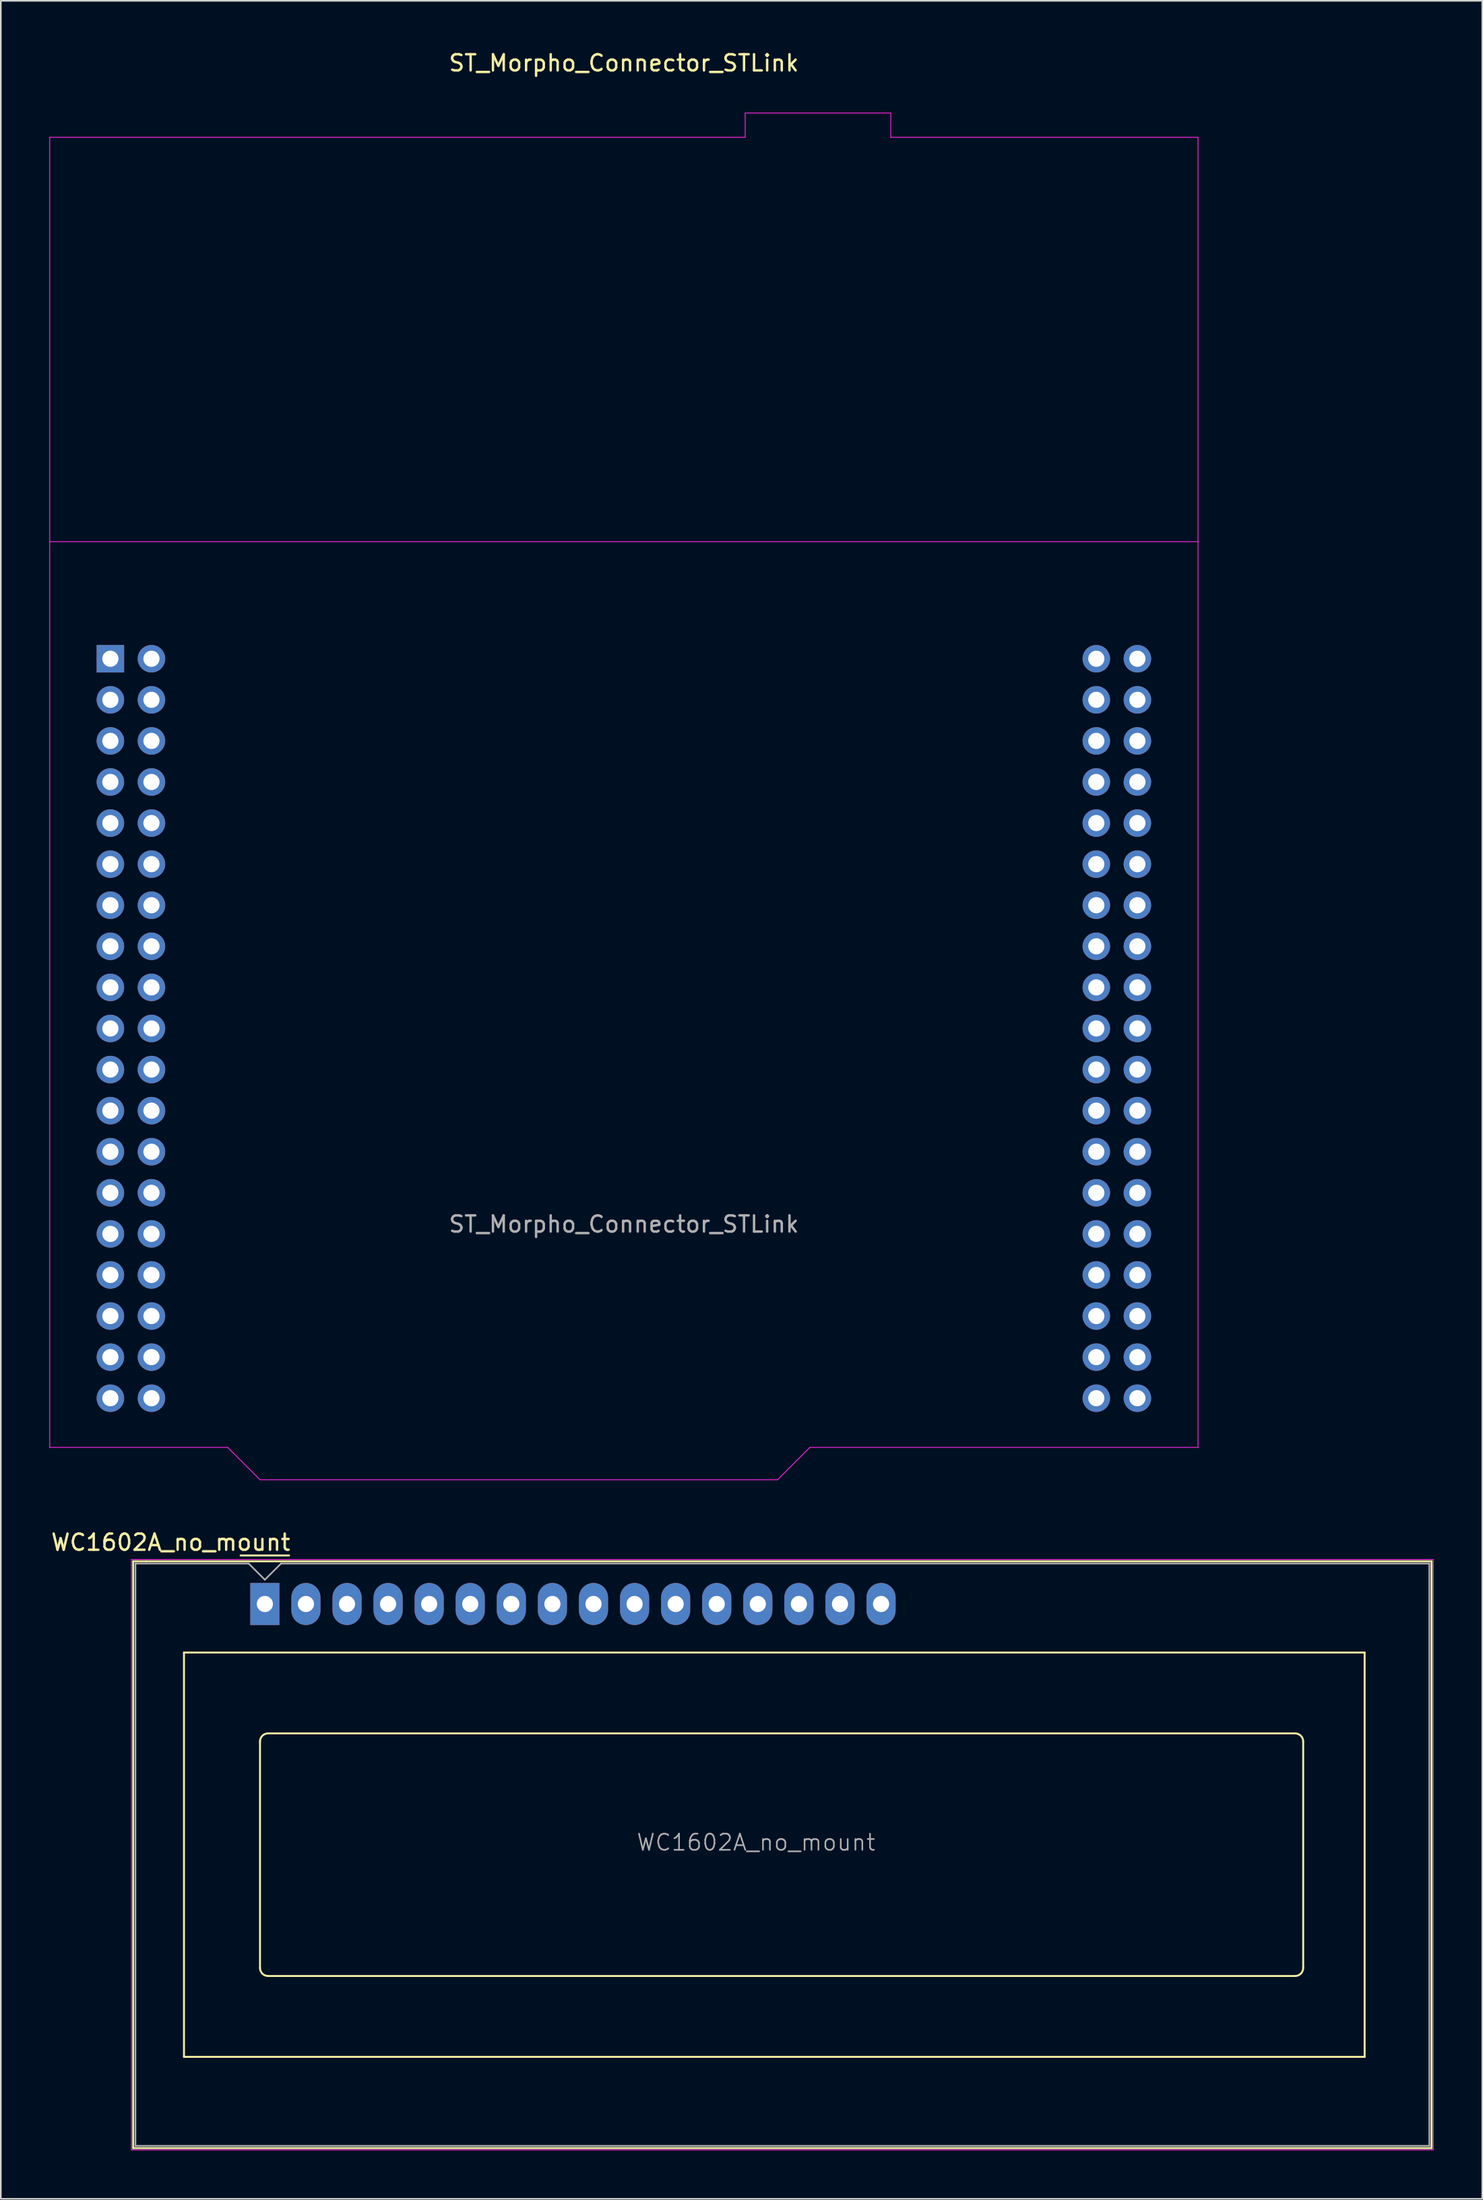
<source format=kicad_pcb>
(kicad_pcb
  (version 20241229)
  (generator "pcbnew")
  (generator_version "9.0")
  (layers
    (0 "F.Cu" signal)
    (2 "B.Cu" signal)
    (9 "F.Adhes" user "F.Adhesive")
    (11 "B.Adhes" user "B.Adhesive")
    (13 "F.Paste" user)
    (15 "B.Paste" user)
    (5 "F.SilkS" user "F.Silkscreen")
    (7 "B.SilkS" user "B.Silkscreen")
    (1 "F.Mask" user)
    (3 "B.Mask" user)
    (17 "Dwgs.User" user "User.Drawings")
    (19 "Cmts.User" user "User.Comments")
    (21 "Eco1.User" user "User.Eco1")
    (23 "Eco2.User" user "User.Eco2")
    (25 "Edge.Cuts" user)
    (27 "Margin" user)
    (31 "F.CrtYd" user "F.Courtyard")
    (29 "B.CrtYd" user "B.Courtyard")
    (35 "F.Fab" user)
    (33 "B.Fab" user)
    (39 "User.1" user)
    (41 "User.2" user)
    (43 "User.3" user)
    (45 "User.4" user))
  (footprint "ST_Morpho_Connector_STLink"
    (layer "F.Cu")
    (at 3.775 37.678)
    (property "Reference" "ST_Morpho_Connector_STLink" (at 31.75 -36.83 0) (layer "F.SilkS") (effects (font (size 1 1) (thickness 0.15))))
    (attr through_hole)
    (fp_line (start -3.75 -32.24) (end -3.75 48.76) (stroke (width 0.05) (type solid)) (layer "F.CrtYd"))
    (fp_line (start -3.75 -7.24) (end 67.25 -7.24) (stroke (width 0.05) (type solid)) (layer "F.CrtYd"))
    (fp_line (start 7.25 48.76) (end -3.75 48.76) (stroke (width 0.05) (type solid)) (layer "F.CrtYd"))
    (fp_line (start 7.25 48.76) (end 9.25 50.76) (stroke (width 0.05) (type solid)) (layer "F.CrtYd"))
    (fp_line (start 9.25 50.76) (end 41.25 50.76) (stroke (width 0.05) (type solid)) (layer "F.CrtYd"))
    (fp_line (start 39.25 -33.74) (end 48.25 -33.74) (stroke (width 0.05) (type solid)) (layer "F.CrtYd"))
    (fp_line (start 39.25 -32.24) (end -3.75 -32.24) (stroke (width 0.05) (type solid)) (layer "F.CrtYd"))
    (fp_line (start 39.25 -32.24) (end 39.25 -33.74) (stroke (width 0.05) (type solid)) (layer "F.CrtYd"))
    (fp_line (start 41.25 50.76) (end 43.25 48.76) (stroke (width 0.05) (type solid)) (layer "F.CrtYd"))
    (fp_line (start 48.25 -32.24) (end 48.25 -33.74) (stroke (width 0.05) (type solid)) (layer "F.CrtYd"))
    (fp_line (start 48.25 -32.24) (end 67.25 -32.24) (stroke (width 0.05) (type solid)) (layer "F.CrtYd"))
    (fp_line (start 67.25 48.76) (end 43.25 48.76) (stroke (width 0.05) (type solid)) (layer "F.CrtYd"))
    (fp_line (start 67.25 48.76) (end 67.25 -32.24) (stroke (width 0.05) (type solid)) (layer "F.CrtYd"))
    (fp_text user "${REFERENCE}" (at 31.75 34.96 0) (layer "F.Fab") (effects (font (size 1 1) (thickness 0.15))))
    (pad "1" thru_hole rect (at 0 0) (size 1.7 1.7) (drill 1) (layers "*.Cu" "*.Mask"))
    (pad "2" thru_hole circle (at 2.54 0) (size 1.7 1.7) (drill 1) (layers "*.Cu" "*.Mask"))
    (pad "3" thru_hole circle (at 0 2.54) (size 1.7 1.7) (drill 1) (layers "*.Cu" "*.Mask"))
    (pad "4" thru_hole circle (at 2.54 2.54) (size 1.7 1.7) (drill 1) (layers "*.Cu" "*.Mask"))
    (pad "5" thru_hole circle (at 0 5.08) (size 1.7 1.7) (drill 1) (layers "*.Cu" "*.Mask"))
    (pad "6" thru_hole circle (at 2.54 5.08) (size 1.7 1.7) (drill 1) (layers "*.Cu" "*.Mask"))
    (pad "7" thru_hole circle (at 0 7.62) (size 1.7 1.7) (drill 1) (layers "*.Cu" "*.Mask"))
    (pad "8" thru_hole circle (at 2.54 7.62) (size 1.7 1.7) (drill 1) (layers "*.Cu" "*.Mask"))
    (pad "9" thru_hole circle (at 0 10.16) (size 1.7 1.7) (drill 1) (layers "*.Cu" "*.Mask"))
    (pad "10" thru_hole circle (at 2.54 10.16) (size 1.7 1.7) (drill 1) (layers "*.Cu" "*.Mask"))
    (pad "11" thru_hole circle (at 0 12.7) (size 1.7 1.7) (drill 1) (layers "*.Cu" "*.Mask"))
    (pad "12" thru_hole circle (at 2.54 12.7) (size 1.7 1.7) (drill 1) (layers "*.Cu" "*.Mask"))
    (pad "13" thru_hole circle (at 0 15.24) (size 1.7 1.7) (drill 1) (layers "*.Cu" "*.Mask"))
    (pad "14" thru_hole circle (at 2.54 15.24) (size 1.7 1.7) (drill 1) (layers "*.Cu" "*.Mask"))
    (pad "15" thru_hole circle (at 0 17.78) (size 1.7 1.7) (drill 1) (layers "*.Cu" "*.Mask"))
    (pad "16" thru_hole circle (at 2.54 17.78) (size 1.7 1.7) (drill 1) (layers "*.Cu" "*.Mask"))
    (pad "17" thru_hole circle (at 0 20.32) (size 1.7 1.7) (drill 1) (layers "*.Cu" "*.Mask"))
    (pad "18" thru_hole circle (at 2.54 20.32) (size 1.7 1.7) (drill 1) (layers "*.Cu" "*.Mask"))
    (pad "19" thru_hole circle (at 0 22.86) (size 1.7 1.7) (drill 1) (layers "*.Cu" "*.Mask"))
    (pad "20" thru_hole circle (at 2.54 22.86) (size 1.7 1.7) (drill 1) (layers "*.Cu" "*.Mask"))
    (pad "21" thru_hole circle (at 0 25.4) (size 1.7 1.7) (drill 1) (layers "*.Cu" "*.Mask"))
    (pad "22" thru_hole circle (at 2.54 25.4) (size 1.7 1.7) (drill 1) (layers "*.Cu" "*.Mask"))
    (pad "23" thru_hole circle (at 0 27.94) (size 1.7 1.7) (drill 1) (layers "*.Cu" "*.Mask"))
    (pad "24" thru_hole circle (at 2.54 27.94) (size 1.7 1.7) (drill 1) (layers "*.Cu" "*.Mask"))
    (pad "25" thru_hole circle (at 0 30.48) (size 1.7 1.7) (drill 1) (layers "*.Cu" "*.Mask"))
    (pad "26" thru_hole circle (at 2.54 30.48) (size 1.7 1.7) (drill 1) (layers "*.Cu" "*.Mask"))
    (pad "27" thru_hole circle (at 0 33.02) (size 1.7 1.7) (drill 1) (layers "*.Cu" "*.Mask"))
    (pad "28" thru_hole circle (at 2.54 33.02) (size 1.7 1.7) (drill 1) (layers "*.Cu" "*.Mask"))
    (pad "29" thru_hole circle (at 0 35.56) (size 1.7 1.7) (drill 1) (layers "*.Cu" "*.Mask"))
    (pad "30" thru_hole circle (at 2.54 35.56) (size 1.7 1.7) (drill 1) (layers "*.Cu" "*.Mask"))
    (pad "31" thru_hole circle (at 0 38.1) (size 1.7 1.7) (drill 1) (layers "*.Cu" "*.Mask"))
    (pad "32" thru_hole circle (at 2.54 38.1) (size 1.7 1.7) (drill 1) (layers "*.Cu" "*.Mask"))
    (pad "33" thru_hole circle (at 0 40.64) (size 1.7 1.7) (drill 1) (layers "*.Cu" "*.Mask"))
    (pad "34" thru_hole circle (at 2.54 40.64) (size 1.7 1.7) (drill 1) (layers "*.Cu" "*.Mask"))
    (pad "35" thru_hole circle (at 0 43.18) (size 1.7 1.7) (drill 1) (layers "*.Cu" "*.Mask"))
    (pad "36" thru_hole circle (at 2.54 43.18) (size 1.7 1.7) (drill 1) (layers "*.Cu" "*.Mask"))
    (pad "37" thru_hole circle (at 0 45.72) (size 1.7 1.7) (drill 1) (layers "*.Cu" "*.Mask"))
    (pad "38" thru_hole circle (at 2.54 45.72) (size 1.7 1.7) (drill 1) (layers "*.Cu" "*.Mask"))
    (pad "39" thru_hole circle (at 60.96 0) (size 1.7 1.7) (drill 1) (layers "*.Cu" "*.Mask"))
    (pad "40" thru_hole circle (at 63.5 0) (size 1.7 1.7) (drill 1) (layers "*.Cu" "*.Mask"))
    (pad "41" thru_hole circle (at 60.96 2.54) (size 1.7 1.7) (drill 1) (layers "*.Cu" "*.Mask"))
    (pad "42" thru_hole circle (at 63.5 2.54) (size 1.7 1.7) (drill 1) (layers "*.Cu" "*.Mask"))
    (pad "43" thru_hole circle (at 60.96 5.08) (size 1.7 1.7) (drill 1) (layers "*.Cu" "*.Mask"))
    (pad "44" thru_hole circle (at 63.5 5.08) (size 1.7 1.7) (drill 1) (layers "*.Cu" "*.Mask"))
    (pad "45" thru_hole circle (at 60.96 7.62) (size 1.7 1.7) (drill 1) (layers "*.Cu" "*.Mask"))
    (pad "46" thru_hole circle (at 63.5 7.62) (size 1.7 1.7) (drill 1) (layers "*.Cu" "*.Mask"))
    (pad "47" thru_hole circle (at 60.96 10.16) (size 1.7 1.7) (drill 1) (layers "*.Cu" "*.Mask"))
    (pad "48" thru_hole circle (at 63.5 10.16) (size 1.7 1.7) (drill 1) (layers "*.Cu" "*.Mask"))
    (pad "49" thru_hole circle (at 60.96 12.7) (size 1.7 1.7) (drill 1) (layers "*.Cu" "*.Mask"))
    (pad "50" thru_hole circle (at 63.5 12.7) (size 1.7 1.7) (drill 1) (layers "*.Cu" "*.Mask"))
    (pad "51" thru_hole circle (at 60.96 15.24) (size 1.7 1.7) (drill 1) (layers "*.Cu" "*.Mask"))
    (pad "52" thru_hole circle (at 63.5 15.24) (size 1.7 1.7) (drill 1) (layers "*.Cu" "*.Mask"))
    (pad "53" thru_hole circle (at 60.96 17.78) (size 1.7 1.7) (drill 1) (layers "*.Cu" "*.Mask"))
    (pad "54" thru_hole circle (at 63.5 17.78) (size 1.7 1.7) (drill 1) (layers "*.Cu" "*.Mask"))
    (pad "55" thru_hole circle (at 60.96 20.32) (size 1.7 1.7) (drill 1) (layers "*.Cu" "*.Mask"))
    (pad "56" thru_hole circle (at 63.5 20.32) (size 1.7 1.7) (drill 1) (layers "*.Cu" "*.Mask"))
    (pad "57" thru_hole circle (at 60.96 22.86) (size 1.7 1.7) (drill 1) (layers "*.Cu" "*.Mask"))
    (pad "58" thru_hole circle (at 63.5 22.86) (size 1.7 1.7) (drill 1) (layers "*.Cu" "*.Mask"))
    (pad "59" thru_hole circle (at 60.96 25.4) (size 1.7 1.7) (drill 1) (layers "*.Cu" "*.Mask"))
    (pad "60" thru_hole circle (at 63.5 25.4) (size 1.7 1.7) (drill 1) (layers "*.Cu" "*.Mask"))
    (pad "61" thru_hole circle (at 60.96 27.94) (size 1.7 1.7) (drill 1) (layers "*.Cu" "*.Mask"))
    (pad "62" thru_hole circle (at 63.5 27.94) (size 1.7 1.7) (drill 1) (layers "*.Cu" "*.Mask"))
    (pad "63" thru_hole circle (at 60.96 30.48) (size 1.7 1.7) (drill 1) (layers "*.Cu" "*.Mask"))
    (pad "64" thru_hole circle (at 63.5 30.48) (size 1.7 1.7) (drill 1) (layers "*.Cu" "*.Mask"))
    (pad "65" thru_hole circle (at 60.96 33.02) (size 1.7 1.7) (drill 1) (layers "*.Cu" "*.Mask"))
    (pad "66" thru_hole circle (at 63.5 33.02) (size 1.7 1.7) (drill 1) (layers "*.Cu" "*.Mask"))
    (pad "67" thru_hole circle (at 60.96 35.56) (size 1.7 1.7) (drill 1) (layers "*.Cu" "*.Mask"))
    (pad "68" thru_hole circle (at 63.5 35.56) (size 1.7 1.7) (drill 1) (layers "*.Cu" "*.Mask"))
    (pad "69" thru_hole circle (at 60.96 38.1) (size 1.7 1.7) (drill 1) (layers "*.Cu" "*.Mask"))
    (pad "70" thru_hole circle (at 63.5 38.1) (size 1.7 1.7) (drill 1) (layers "*.Cu" "*.Mask"))
    (pad "71" thru_hole circle (at 60.96 40.64) (size 1.7 1.7) (drill 1) (layers "*.Cu" "*.Mask"))
    (pad "72" thru_hole circle (at 63.5 40.64) (size 1.7 1.7) (drill 1) (layers "*.Cu" "*.Mask"))
    (pad "73" thru_hole circle (at 60.96 43.18) (size 1.7 1.7) (drill 1) (layers "*.Cu" "*.Mask"))
    (pad "74" thru_hole circle (at 63.5 43.18) (size 1.7 1.7) (drill 1) (layers "*.Cu" "*.Mask"))
    (pad "75" thru_hole circle (at 60.96 45.72) (size 1.7 1.7) (drill 1) (layers "*.Cu" "*.Mask"))
    (pad "76" thru_hole circle (at 63.5 45.72) (size 1.7 1.7) (drill 1) (layers "*.Cu" "*.Mask")))
  (footprint "WC1602A_no_mount"
    (layer "F.Cu")
    (at 13.326 96.121)
    (property "Reference" "WC1602A_no_mount" (at -5.82 -3.81 0) (layer "F.SilkS") (effects (font (size 1 1) (thickness 0.15))))
    (attr through_hole)
    (fp_line (start -8.14 -2.64) (end -8.14 33.64) (stroke (width 0.12) (type solid)) (layer "F.SilkS"))
    (fp_line (start -8.14 33.64) (end 72.14 33.64) (stroke (width 0.12) (type solid)) (layer "F.SilkS"))
    (fp_line (start -8.13 -2.64) (end -7.34 -2.64) (stroke (width 0.12) (type solid)) (layer "F.SilkS"))
    (fp_line (start -5 3) (end 68 3) (stroke (width 0.12) (type solid)) (layer "F.SilkS"))
    (fp_line (start -5 28) (end -5 3) (stroke (width 0.12) (type solid)) (layer "F.SilkS"))
    (fp_line (start -1.5 -3) (end 1.5 -3) (stroke (width 0.12) (type solid)) (layer "F.SilkS"))
    (fp_line (start -0.3 22.499) (end -0.3 8.5) (stroke (width 0.12) (type solid)) (layer "F.SilkS"))
    (fp_line (start 0.2 8) (end 63.7 8) (stroke (width 0.12) (type solid)) (layer "F.SilkS"))
    (fp_line (start 63.701 23) (end 0.2 23) (stroke (width 0.12) (type solid)) (layer "F.SilkS"))
    (fp_line (start 64.2 8.5) (end 64.2 22.5) (stroke (width 0.12) (type solid)) (layer "F.SilkS"))
    (fp_line (start 68 3) (end 68 28) (stroke (width 0.12) (type solid)) (layer "F.SilkS"))
    (fp_line (start 68 28) (end -5 28) (stroke (width 0.12) (type solid)) (layer "F.SilkS"))
    (fp_line (start 72.14 -2.64) (end -7.34 -2.64) (stroke (width 0.12) (type solid)) (layer "F.SilkS"))
    (fp_line (start 72.14 33.64) (end 72.14 -2.64) (stroke (width 0.12) (type solid)) (layer "F.SilkS"))
    (fp_arc (start -0.29972 8.49884) (mid -0.153162 8.145018) (end 0.20066 7.99846) (stroke (width 0.12) (type solid)) (layer "F.SilkS"))
    (fp_arc (start 0.20066 22.9997) (mid -0.153162 22.853142) (end -0.29972 22.49932) (stroke (width 0.12) (type solid)) (layer "F.SilkS"))
    (fp_arc (start 63.7 8) (mid 64.053553 8.146447) (end 64.2 8.5) (stroke (width 0.12) (type solid)) (layer "F.SilkS"))
    (fp_arc (start 64.20104 22.49932) (mid 64.054482 22.853142) (end 63.70066 22.9997) (stroke (width 0.12) (type solid)) (layer "F.SilkS"))
    (fp_line (start -8.25 -2.75) (end -8.25 33.75) (stroke (width 0.05) (type solid)) (layer "F.CrtYd"))
    (fp_line (start -8.25 -2.75) (end 72.25 -2.75) (stroke (width 0.05) (type solid)) (layer "F.CrtYd"))
    (fp_line (start -8.25 33.75) (end 72.25 33.75) (stroke (width 0.05) (type solid)) (layer "F.CrtYd"))
    (fp_line (start 72.25 -2.75) (end 72.25 33.75) (stroke (width 0.05) (type solid)) (layer "F.CrtYd"))
    (fp_line (start -8 33.5) (end -8 -2.5) (stroke (width 0.1) (type solid)) (layer "F.Fab"))
    (fp_line (start -1 -2.5) (end -8 -2.5) (stroke (width 0.1) (type solid)) (layer "F.Fab"))
    (fp_line (start 0 -1.5) (end -1 -2.5) (stroke (width 0.1) (type solid)) (layer "F.Fab"))
    (fp_line (start 1 -2.5) (end 0 -1.5) (stroke (width 0.1) (type solid)) (layer "F.Fab"))
    (fp_line (start 1 -2.5) (end 72 -2.5) (stroke (width 0.1) (type solid)) (layer "F.Fab"))
    (fp_line (start 72 -2.5) (end 72 33.5) (stroke (width 0.1) (type solid)) (layer "F.Fab"))
    (fp_line (start 72 33.5) (end -8 33.5) (stroke (width 0.1) (type solid)) (layer "F.Fab"))
    (fp_text user "${REFERENCE}" (at 30.37 14.74 0) (layer "F.Fab") (effects (font (size 1 1) (thickness 0.1))))
    (pad "1" thru_hole rect (at 0 0) (size 1.8 2.6) (drill 1) (layers "*.Cu" "*.Mask"))
    (pad "2" thru_hole oval (at 2.54 0) (size 1.8 2.6) (drill 1) (layers "*.Cu" "*.Mask"))
    (pad "3" thru_hole oval (at 5.08 0) (size 1.8 2.6) (drill 1) (layers "*.Cu" "*.Mask"))
    (pad "4" thru_hole oval (at 7.62 0) (size 1.8 2.6) (drill 1) (layers "*.Cu" "*.Mask"))
    (pad "5" thru_hole oval (at 10.16 0) (size 1.8 2.6) (drill 1) (layers "*.Cu" "*.Mask"))
    (pad "6" thru_hole oval (at 12.7 0) (size 1.8 2.6) (drill 1) (layers "*.Cu" "*.Mask"))
    (pad "7" thru_hole oval (at 15.24 0) (size 1.8 2.6) (drill 1) (layers "*.Cu" "*.Mask"))
    (pad "8" thru_hole oval (at 17.78 0) (size 1.8 2.6) (drill 1) (layers "*.Cu" "*.Mask"))
    (pad "9" thru_hole oval (at 20.32 0) (size 1.8 2.6) (drill 1) (layers "*.Cu" "*.Mask"))
    (pad "10" thru_hole oval (at 22.86 0) (size 1.8 2.6) (drill 1) (layers "*.Cu" "*.Mask"))
    (pad "11" thru_hole oval (at 25.4 0) (size 1.8 2.6) (drill 1) (layers "*.Cu" "*.Mask"))
    (pad "12" thru_hole oval (at 27.94 0) (size 1.8 2.6) (drill 1) (layers "*.Cu" "*.Mask"))
    (pad "13" thru_hole oval (at 30.48 0) (size 1.8 2.6) (drill 1) (layers "*.Cu" "*.Mask"))
    (pad "14" thru_hole oval (at 33.02 0) (size 1.8 2.6) (drill 1) (layers "*.Cu" "*.Mask"))
    (pad "15" thru_hole oval (at 35.56 0) (size 1.8 2.6) (drill 1) (layers "*.Cu" "*.Mask"))
    (pad "16" thru_hole oval (at 38.1 0) (size 1.8 2.6) (drill 1) (layers "*.Cu" "*.Mask")))
  (gr_rect
    (start -3 -3)
    (end 88.601 132.897)
    (stroke (width 0.1) (type default))
    (fill no)
    (layer "Edge.Cuts")))
</source>
